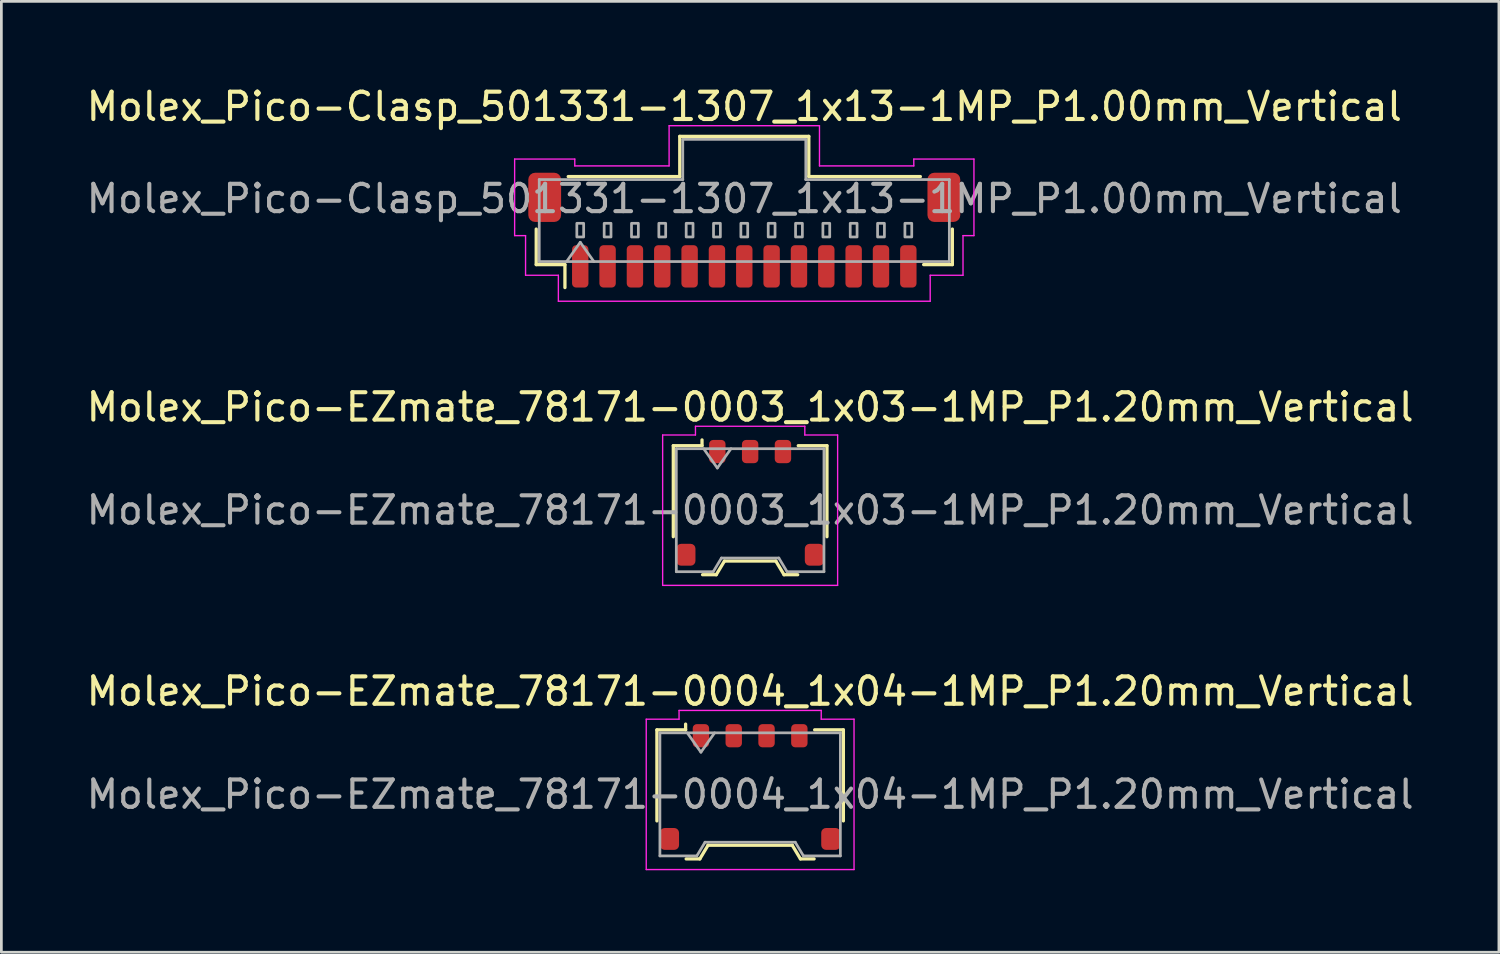
<source format=kicad_pcb>
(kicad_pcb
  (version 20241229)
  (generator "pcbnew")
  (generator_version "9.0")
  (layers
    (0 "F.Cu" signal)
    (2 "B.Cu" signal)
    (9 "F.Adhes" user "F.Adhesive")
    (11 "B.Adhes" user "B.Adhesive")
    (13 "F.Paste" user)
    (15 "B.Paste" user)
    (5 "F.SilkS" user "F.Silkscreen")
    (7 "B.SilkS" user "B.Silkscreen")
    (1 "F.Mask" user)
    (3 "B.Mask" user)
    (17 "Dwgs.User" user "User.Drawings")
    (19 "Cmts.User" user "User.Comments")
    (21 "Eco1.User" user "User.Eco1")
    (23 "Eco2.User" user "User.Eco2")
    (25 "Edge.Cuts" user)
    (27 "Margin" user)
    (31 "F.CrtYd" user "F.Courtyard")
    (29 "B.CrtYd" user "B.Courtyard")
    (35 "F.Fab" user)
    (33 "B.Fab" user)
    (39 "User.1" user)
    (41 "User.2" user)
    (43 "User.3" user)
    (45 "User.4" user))
  (footprint "Molex_Pico-Clasp_501331-1307_1x13-1MP_P1.00mm_Vertical"
    (layer "F.Cu")
    (at 24.173 5.368)
    (property "Reference" "Molex_Pico-Clasp_501331-1307_1x13-1MP_P1.00mm_Vertical" (at 0 -4.52 0) (layer "F.SilkS") (effects (font (size 1 1) (thickness 0.15))))
    (attr smd)
    (fp_line (start -7.61 -0.04) (end -7.61 1.26) (stroke (width 0.12) (type solid)) (layer "F.SilkS"))
    (fp_line (start -7.61 1.26) (end -6.56 1.26) (stroke (width 0.12) (type solid)) (layer "F.SilkS"))
    (fp_line (start -6.56 1.26) (end -6.56 2.1) (stroke (width 0.12) (type solid)) (layer "F.SilkS"))
    (fp_line (start -6.44 -1.96) (end -2.36 -1.96) (stroke (width 0.12) (type solid)) (layer "F.SilkS"))
    (fp_line (start -2.36 -3.43) (end 2.36 -3.43) (stroke (width 0.12) (type solid)) (layer "F.SilkS"))
    (fp_line (start -2.36 -1.96) (end -2.36 -3.43) (stroke (width 0.12) (type solid)) (layer "F.SilkS"))
    (fp_line (start 2.36 -3.43) (end 2.36 -1.96) (stroke (width 0.12) (type solid)) (layer "F.SilkS"))
    (fp_line (start 2.36 -1.96) (end 6.44 -1.96) (stroke (width 0.12) (type solid)) (layer "F.SilkS"))
    (fp_line (start 7.61 -0.04) (end 7.61 1.26) (stroke (width 0.12) (type solid)) (layer "F.SilkS"))
    (fp_line (start 7.61 1.26) (end 6.56 1.26) (stroke (width 0.12) (type solid)) (layer "F.SilkS"))
    (fp_line (start -8.4 -2.6) (end -6.2 -2.6) (stroke (width 0.05) (type solid)) (layer "F.CrtYd"))
    (fp_line (start -8.4 0.2) (end -8.4 -2.6) (stroke (width 0.05) (type solid)) (layer "F.CrtYd"))
    (fp_line (start -8 0.2) (end -8.4 0.2) (stroke (width 0.05) (type solid)) (layer "F.CrtYd"))
    (fp_line (start -8 1.65) (end -8 0.2) (stroke (width 0.05) (type solid)) (layer "F.CrtYd"))
    (fp_line (start -6.8 1.65) (end -8 1.65) (stroke (width 0.05) (type solid)) (layer "F.CrtYd"))
    (fp_line (start -6.8 2.6) (end -6.8 1.65) (stroke (width 0.05) (type solid)) (layer "F.CrtYd"))
    (fp_line (start -6.2 -2.6) (end -6.2 -2.35) (stroke (width 0.05) (type solid)) (layer "F.CrtYd"))
    (fp_line (start -6.2 -2.35) (end -2.75 -2.35) (stroke (width 0.05) (type solid)) (layer "F.CrtYd"))
    (fp_line (start -2.75 -3.82) (end 2.75 -3.82) (stroke (width 0.05) (type solid)) (layer "F.CrtYd"))
    (fp_line (start -2.75 -2.35) (end -2.75 -3.82) (stroke (width 0.05) (type solid)) (layer "F.CrtYd"))
    (fp_line (start 2.75 -3.82) (end 2.75 -2.35) (stroke (width 0.05) (type solid)) (layer "F.CrtYd"))
    (fp_line (start 2.75 -2.35) (end 6.2 -2.35) (stroke (width 0.05) (type solid)) (layer "F.CrtYd"))
    (fp_line (start 6.2 -2.6) (end 8.4 -2.6) (stroke (width 0.05) (type solid)) (layer "F.CrtYd"))
    (fp_line (start 6.2 -2.35) (end 6.2 -2.6) (stroke (width 0.05) (type solid)) (layer "F.CrtYd"))
    (fp_line (start 6.8 1.65) (end 6.8 2.6) (stroke (width 0.05) (type solid)) (layer "F.CrtYd"))
    (fp_line (start 6.8 2.6) (end -6.8 2.6) (stroke (width 0.05) (type solid)) (layer "F.CrtYd"))
    (fp_line (start 8 0.2) (end 8 1.65) (stroke (width 0.05) (type solid)) (layer "F.CrtYd"))
    (fp_line (start 8 1.65) (end 6.8 1.65) (stroke (width 0.05) (type solid)) (layer "F.CrtYd"))
    (fp_line (start 8.4 -2.6) (end 8.4 0.2) (stroke (width 0.05) (type solid)) (layer "F.CrtYd"))
    (fp_line (start 8.4 0.2) (end 8 0.2) (stroke (width 0.05) (type solid)) (layer "F.CrtYd"))
    (fp_line (start -7.5 -1.85) (end -2.25 -1.85) (stroke (width 0.1) (type solid)) (layer "F.Fab"))
    (fp_line (start -7.5 1.15) (end -7.5 -1.85) (stroke (width 0.1) (type solid)) (layer "F.Fab"))
    (fp_line (start -7.5 1.15) (end 7.5 1.15) (stroke (width 0.1) (type solid)) (layer "F.Fab"))
    (fp_line (start -6.5 1.15) (end -6 0.443) (stroke (width 0.1) (type solid)) (layer "F.Fab"))
    (fp_line (start -6 0.443) (end -5.5 1.15) (stroke (width 0.1) (type solid)) (layer "F.Fab"))
    (fp_line (start -2.25 -3.32) (end 2.25 -3.32) (stroke (width 0.1) (type solid)) (layer "F.Fab"))
    (fp_line (start -2.25 -1.85) (end -2.25 -3.32) (stroke (width 0.1) (type solid)) (layer "F.Fab"))
    (fp_line (start 2.25 -3.32) (end 2.25 -1.85) (stroke (width 0.1) (type solid)) (layer "F.Fab"))
    (fp_line (start 2.25 -1.85) (end 7.5 -1.85) (stroke (width 0.1) (type solid)) (layer "F.Fab"))
    (fp_line (start 7.5 1.15) (end 7.5 -1.85) (stroke (width 0.1) (type solid)) (layer "F.Fab"))
    (fp_rect (start -6.125 -0.25) (end -5.875 0.25) (stroke (width 0.1) (type solid)) (fill no) (layer "F.Fab"))
    (fp_rect (start -5.125 -0.25) (end -4.875 0.25) (stroke (width 0.1) (type solid)) (fill no) (layer "F.Fab"))
    (fp_rect (start -4.125 -0.25) (end -3.875 0.25) (stroke (width 0.1) (type solid)) (fill no) (layer "F.Fab"))
    (fp_rect (start -3.125 -0.25) (end -2.875 0.25) (stroke (width 0.1) (type solid)) (fill no) (layer "F.Fab"))
    (fp_rect (start -2.125 -0.25) (end -1.875 0.25) (stroke (width 0.1) (type solid)) (fill no) (layer "F.Fab"))
    (fp_rect (start -1.125 -0.25) (end -0.875 0.25) (stroke (width 0.1) (type solid)) (fill no) (layer "F.Fab"))
    (fp_rect (start -0.125 -0.25) (end 0.125 0.25) (stroke (width 0.1) (type solid)) (fill no) (layer "F.Fab"))
    (fp_rect (start 0.875 -0.25) (end 1.125 0.25) (stroke (width 0.1) (type solid)) (fill no) (layer "F.Fab"))
    (fp_rect (start 1.875 -0.25) (end 2.125 0.25) (stroke (width 0.1) (type solid)) (fill no) (layer "F.Fab"))
    (fp_rect (start 2.875 -0.25) (end 3.125 0.25) (stroke (width 0.1) (type solid)) (fill no) (layer "F.Fab"))
    (fp_rect (start 3.875 -0.25) (end 4.125 0.25) (stroke (width 0.1) (type solid)) (fill no) (layer "F.Fab"))
    (fp_rect (start 4.875 -0.25) (end 5.125 0.25) (stroke (width 0.1) (type solid)) (fill no) (layer "F.Fab"))
    (fp_rect (start 5.875 -0.25) (end 6.125 0.25) (stroke (width 0.1) (type solid)) (fill no) (layer "F.Fab"))
    (fp_text user "${REFERENCE}" (at 0 -1.15 0) (layer "F.Fab") (effects (font (size 1 1) (thickness 0.15))))
    (pad "1" smd roundrect (at -6 1.325) (size 0.6 1.55) (layers "F.Cu" "F.Mask" "F.Paste") (roundrect_rratio 0.25))
    (pad "2" smd roundrect (at -5 1.325) (size 0.6 1.55) (layers "F.Cu" "F.Mask" "F.Paste") (roundrect_rratio 0.25))
    (pad "3" smd roundrect (at -4 1.325) (size 0.6 1.55) (layers "F.Cu" "F.Mask" "F.Paste") (roundrect_rratio 0.25))
    (pad "4" smd roundrect (at -3 1.325) (size 0.6 1.55) (layers "F.Cu" "F.Mask" "F.Paste") (roundrect_rratio 0.25))
    (pad "5" smd roundrect (at -2 1.325) (size 0.6 1.55) (layers "F.Cu" "F.Mask" "F.Paste") (roundrect_rratio 0.25))
    (pad "6" smd roundrect (at -1 1.325) (size 0.6 1.55) (layers "F.Cu" "F.Mask" "F.Paste") (roundrect_rratio 0.25))
    (pad "7" smd roundrect (at 0 1.325) (size 0.6 1.55) (layers "F.Cu" "F.Mask" "F.Paste") (roundrect_rratio 0.25))
    (pad "8" smd roundrect (at 1 1.325) (size 0.6 1.55) (layers "F.Cu" "F.Mask" "F.Paste") (roundrect_rratio 0.25))
    (pad "9" smd roundrect (at 2 1.325) (size 0.6 1.55) (layers "F.Cu" "F.Mask" "F.Paste") (roundrect_rratio 0.25))
    (pad "10" smd roundrect (at 3 1.325) (size 0.6 1.55) (layers "F.Cu" "F.Mask" "F.Paste") (roundrect_rratio 0.25))
    (pad "11" smd roundrect (at 4 1.325) (size 0.6 1.55) (layers "F.Cu" "F.Mask" "F.Paste") (roundrect_rratio 0.25))
    (pad "12" smd roundrect (at 5 1.325) (size 0.6 1.55) (layers "F.Cu" "F.Mask" "F.Paste") (roundrect_rratio 0.25))
    (pad "13" smd roundrect (at 6 1.325) (size 0.6 1.55) (layers "F.Cu" "F.Mask" "F.Paste") (roundrect_rratio 0.25))
    (pad "MP" smd roundrect (at -7.3 -1.2) (size 1.2 1.8) (layers "F.Cu" "F.Mask" "F.Paste") (roundrect_rratio 0.208))
    (pad "MP" smd roundrect (at 7.3 -1.2) (size 1.2 1.8) (layers "F.Cu" "F.Mask" "F.Paste") (roundrect_rratio 0.208)))
  (footprint "Molex_Pico-EZmate_78171-0004_1x04-1MP_P1.20mm_Vertical"
    (layer "F.Cu")
    (at 24.387 25.735)
    (property "Reference" "Molex_Pico-EZmate_78171-0004_1x04-1MP_P1.20mm_Vertical" (at 0 -3.5 0) (layer "F.SilkS") (effects (font (size 1 1) (thickness 0.15))))
    (attr smd)
    (fp_line (start -3.41 -2.09) (end -2.36 -2.09) (stroke (width 0.12) (type solid)) (layer "F.SilkS"))
    (fp_line (start -3.41 1.24) (end -3.41 -2.09) (stroke (width 0.12) (type solid)) (layer "F.SilkS"))
    (fp_line (start -2.36 -2.09) (end -2.36 -2.3) (stroke (width 0.12) (type solid)) (layer "F.SilkS"))
    (fp_line (start -2.34 2.63) (end -1.84 2.63) (stroke (width 0.12) (type solid)) (layer "F.SilkS"))
    (fp_line (start -1.84 2.63) (end -1.54 2.13) (stroke (width 0.12) (type solid)) (layer "F.SilkS"))
    (fp_line (start -1.54 2.13) (end 1.54 2.13) (stroke (width 0.12) (type solid)) (layer "F.SilkS"))
    (fp_line (start 1.54 2.13) (end 1.84 2.63) (stroke (width 0.12) (type solid)) (layer "F.SilkS"))
    (fp_line (start 1.84 2.63) (end 2.34 2.63) (stroke (width 0.12) (type solid)) (layer "F.SilkS"))
    (fp_line (start 3.41 -2.09) (end 2.36 -2.09) (stroke (width 0.12) (type solid)) (layer "F.SilkS"))
    (fp_line (start 3.41 1.24) (end 3.41 -2.09) (stroke (width 0.12) (type solid)) (layer "F.SilkS"))
    (fp_line (start -3.8 -2.48) (end -2.6 -2.48) (stroke (width 0.05) (type solid)) (layer "F.CrtYd"))
    (fp_line (start -3.8 3.02) (end -3.8 -2.48) (stroke (width 0.05) (type solid)) (layer "F.CrtYd"))
    (fp_line (start -2.6 -2.8) (end 2.6 -2.8) (stroke (width 0.05) (type solid)) (layer "F.CrtYd"))
    (fp_line (start -2.6 -2.48) (end -2.6 -2.8) (stroke (width 0.05) (type solid)) (layer "F.CrtYd"))
    (fp_line (start 2.6 -2.8) (end 2.6 -2.48) (stroke (width 0.05) (type solid)) (layer "F.CrtYd"))
    (fp_line (start 2.6 -2.48) (end 3.8 -2.48) (stroke (width 0.05) (type solid)) (layer "F.CrtYd"))
    (fp_line (start 3.8 -2.48) (end 3.8 3.02) (stroke (width 0.05) (type solid)) (layer "F.CrtYd"))
    (fp_line (start 3.8 3.02) (end -3.8 3.02) (stroke (width 0.05) (type solid)) (layer "F.CrtYd"))
    (fp_line (start -3.3 -1.98) (end -3.3 2.52) (stroke (width 0.1) (type solid)) (layer "F.Fab"))
    (fp_line (start -3.3 -1.98) (end 3.3 -1.98) (stroke (width 0.1) (type solid)) (layer "F.Fab"))
    (fp_line (start -3.3 2.52) (end -1.95 2.52) (stroke (width 0.1) (type solid)) (layer "F.Fab"))
    (fp_line (start -2.3 -1.98) (end -1.8 -1.273) (stroke (width 0.1) (type solid)) (layer "F.Fab"))
    (fp_line (start -1.95 2.52) (end -1.65 2.02) (stroke (width 0.1) (type solid)) (layer "F.Fab"))
    (fp_line (start -1.8 -1.273) (end -1.3 -1.98) (stroke (width 0.1) (type solid)) (layer "F.Fab"))
    (fp_line (start -1.65 2.02) (end 1.65 2.02) (stroke (width 0.1) (type solid)) (layer "F.Fab"))
    (fp_line (start 1.65 2.02) (end 1.95 2.52) (stroke (width 0.1) (type solid)) (layer "F.Fab"))
    (fp_line (start 1.95 2.52) (end 3.3 2.52) (stroke (width 0.1) (type solid)) (layer "F.Fab"))
    (fp_line (start 3.3 -1.98) (end 3.3 2.52) (stroke (width 0.1) (type solid)) (layer "F.Fab"))
    (fp_text user "${REFERENCE}" (at 0 0.27 0) (layer "F.Fab") (effects (font (size 1 1) (thickness 0.15))))
    (pad "1" smd roundrect (at -1.8 -1.875) (size 0.6 0.85) (layers "F.Cu" "F.Mask" "F.Paste") (roundrect_rratio 0.25))
    (pad "2" smd roundrect (at -0.6 -1.875) (size 0.6 0.85) (layers "F.Cu" "F.Mask" "F.Paste") (roundrect_rratio 0.25))
    (pad "3" smd roundrect (at 0.6 -1.875) (size 0.6 0.85) (layers "F.Cu" "F.Mask" "F.Paste") (roundrect_rratio 0.25))
    (pad "4" smd roundrect (at 1.8 -1.875) (size 0.6 0.85) (layers "F.Cu" "F.Mask" "F.Paste") (roundrect_rratio 0.25))
    (pad "MP" smd roundrect (at -2.95 1.9) (size 0.7 0.8) (layers "F.Cu" "F.Mask" "F.Paste") (roundrect_rratio 0.25))
    (pad "MP" smd roundrect (at 2.95 1.9) (size 0.7 0.8) (layers "F.Cu" "F.Mask" "F.Paste") (roundrect_rratio 0.25)))
  (footprint "Molex_Pico-EZmate_78171-0003_1x03-1MP_P1.20mm_Vertical"
    (layer "F.Cu")
    (at 24.387 15.341)
    (property "Reference" "Molex_Pico-EZmate_78171-0003_1x03-1MP_P1.20mm_Vertical" (at 0 -3.5 0) (layer "F.SilkS") (effects (font (size 1 1) (thickness 0.15))))
    (attr smd)
    (fp_line (start -2.81 -2.09) (end -1.76 -2.09) (stroke (width 0.12) (type solid)) (layer "F.SilkS"))
    (fp_line (start -2.81 1.24) (end -2.81 -2.09) (stroke (width 0.12) (type solid)) (layer "F.SilkS"))
    (fp_line (start -1.76 -2.09) (end -1.76 -2.3) (stroke (width 0.12) (type solid)) (layer "F.SilkS"))
    (fp_line (start -1.74 2.63) (end -1.24 2.63) (stroke (width 0.12) (type solid)) (layer "F.SilkS"))
    (fp_line (start -1.24 2.63) (end -0.94 2.13) (stroke (width 0.12) (type solid)) (layer "F.SilkS"))
    (fp_line (start -0.94 2.13) (end 0.94 2.13) (stroke (width 0.12) (type solid)) (layer "F.SilkS"))
    (fp_line (start 0.94 2.13) (end 1.24 2.63) (stroke (width 0.12) (type solid)) (layer "F.SilkS"))
    (fp_line (start 1.24 2.63) (end 1.74 2.63) (stroke (width 0.12) (type solid)) (layer "F.SilkS"))
    (fp_line (start 2.81 -2.09) (end 1.76 -2.09) (stroke (width 0.12) (type solid)) (layer "F.SilkS"))
    (fp_line (start 2.81 1.24) (end 2.81 -2.09) (stroke (width 0.12) (type solid)) (layer "F.SilkS"))
    (fp_line (start -3.2 -2.48) (end -2 -2.48) (stroke (width 0.05) (type solid)) (layer "F.CrtYd"))
    (fp_line (start -3.2 3.02) (end -3.2 -2.48) (stroke (width 0.05) (type solid)) (layer "F.CrtYd"))
    (fp_line (start -2 -2.8) (end 2 -2.8) (stroke (width 0.05) (type solid)) (layer "F.CrtYd"))
    (fp_line (start -2 -2.48) (end -2 -2.8) (stroke (width 0.05) (type solid)) (layer "F.CrtYd"))
    (fp_line (start 2 -2.8) (end 2 -2.48) (stroke (width 0.05) (type solid)) (layer "F.CrtYd"))
    (fp_line (start 2 -2.48) (end 3.2 -2.48) (stroke (width 0.05) (type solid)) (layer "F.CrtYd"))
    (fp_line (start 3.2 -2.48) (end 3.2 3.02) (stroke (width 0.05) (type solid)) (layer "F.CrtYd"))
    (fp_line (start 3.2 3.02) (end -3.2 3.02) (stroke (width 0.05) (type solid)) (layer "F.CrtYd"))
    (fp_line (start -2.7 -1.98) (end -2.7 2.52) (stroke (width 0.1) (type solid)) (layer "F.Fab"))
    (fp_line (start -2.7 -1.98) (end 2.7 -1.98) (stroke (width 0.1) (type solid)) (layer "F.Fab"))
    (fp_line (start -2.7 2.52) (end -1.35 2.52) (stroke (width 0.1) (type solid)) (layer "F.Fab"))
    (fp_line (start -1.7 -1.98) (end -1.2 -1.273) (stroke (width 0.1) (type solid)) (layer "F.Fab"))
    (fp_line (start -1.35 2.52) (end -1.05 2.02) (stroke (width 0.1) (type solid)) (layer "F.Fab"))
    (fp_line (start -1.2 -1.273) (end -0.7 -1.98) (stroke (width 0.1) (type solid)) (layer "F.Fab"))
    (fp_line (start -1.05 2.02) (end 1.05 2.02) (stroke (width 0.1) (type solid)) (layer "F.Fab"))
    (fp_line (start 1.05 2.02) (end 1.35 2.52) (stroke (width 0.1) (type solid)) (layer "F.Fab"))
    (fp_line (start 1.35 2.52) (end 2.7 2.52) (stroke (width 0.1) (type solid)) (layer "F.Fab"))
    (fp_line (start 2.7 -1.98) (end 2.7 2.52) (stroke (width 0.1) (type solid)) (layer "F.Fab"))
    (fp_text user "${REFERENCE}" (at 0 0.27 0) (layer "F.Fab") (effects (font (size 1 1) (thickness 0.15))))
    (pad "1" smd roundrect (at -1.2 -1.875) (size 0.6 0.85) (layers "F.Cu" "F.Mask" "F.Paste") (roundrect_rratio 0.25))
    (pad "2" smd roundrect (at 0 -1.875) (size 0.6 0.85) (layers "F.Cu" "F.Mask" "F.Paste") (roundrect_rratio 0.25))
    (pad "3" smd roundrect (at 1.2 -1.875) (size 0.6 0.85) (layers "F.Cu" "F.Mask" "F.Paste") (roundrect_rratio 0.25))
    (pad "MP" smd roundrect (at -2.35 1.9) (size 0.7 0.8) (layers "F.Cu" "F.Mask" "F.Paste") (roundrect_rratio 0.25))
    (pad "MP" smd roundrect (at 2.35 1.9) (size 0.7 0.8) (layers "F.Cu" "F.Mask" "F.Paste") (roundrect_rratio 0.25)))
  (gr_rect
    (start -3 -3)
    (end 51.774 31.78)
    (stroke (width 0.1) (type default))
    (fill no)
    (layer "Edge.Cuts")))
</source>
